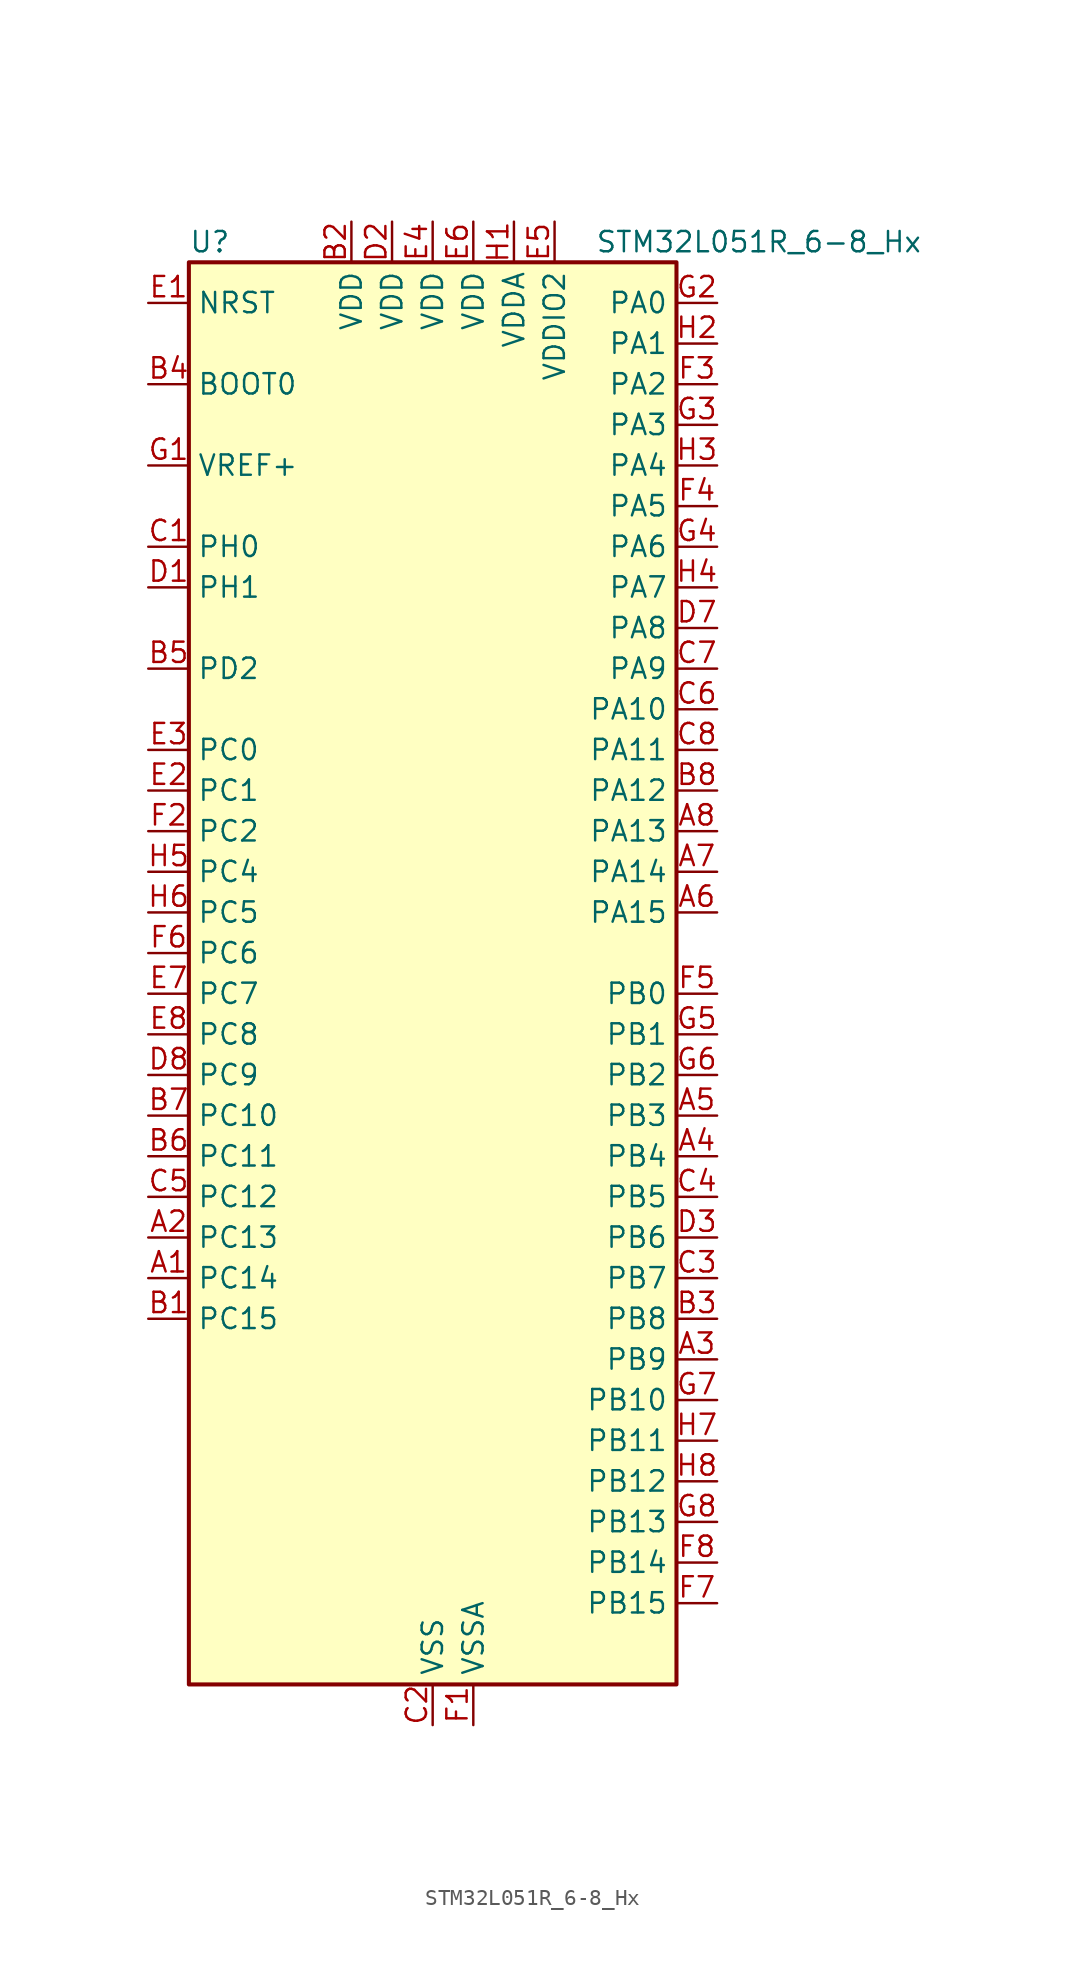
<source format=kicad_sym>
(kicad_symbol_lib
  (version 20231120)
  (generator "kicad_symbol_editor")
  (generator_version "8.0")
  (symbol "STM32L051R_6-8_Hx"
    (property "Reference" "U"
      (at -15.24 46.99 0)
      (effects (font (size 1.27 1.27)) (justify left)))
    (property "Value" "STM32L051R_6-8_Hx"
      (at 10.16 46.99 0)
      (effects (font (size 1.27 1.27)) (justify left)))
    (property "ki_locked" ""
      (at 0 0 0)
      (effects (font (size 1.27 1.27))))
    (symbol "STM32L051R_6-8_Hx_0_1"
      (rectangle (start -15.24 -43.18) (end 15.24 45.72) (stroke (width 0.254) (type default)) (fill (type background))))
    (symbol "STM32L051R_6-8_Hx_1_1"
      (pin bidirectional line (at -17.78 -17.78 0) (length 2.54) (name "PC14" (effects (font (size 1.27 1.27)))) (number "A1" (effects (font (size 1.27 1.27)))) (alternate "RCC_OSC32_IN" bidirectional line))
      (pin bidirectional line (at -17.78 -15.24 0) (length 2.54) (name "PC13" (effects (font (size 1.27 1.27)))) (number "A2" (effects (font (size 1.27 1.27)))) (alternate "RTC_OUT_ALARM" bidirectional line) (alternate "RTC_OUT_CALIB" bidirectional line) (alternate "RTC_TAMP1" bidirectional line) (alternate "RTC_TS" bidirectional line) (alternate "SYS_WKUP2" bidirectional line))
      (pin bidirectional line (at 17.78 -22.86 180) (length 2.54) (name "PB9" (effects (font (size 1.27 1.27)))) (number "A3" (effects (font (size 1.27 1.27)))) (alternate "I2C1_SDA" bidirectional line) (alternate "I2S2_WS" bidirectional line) (alternate "SPI2_NSS" bidirectional line))
      (pin bidirectional line (at 17.78 -10.16 180) (length 2.54) (name "PB4" (effects (font (size 1.27 1.27)))) (number "A4" (effects (font (size 1.27 1.27)))) (alternate "COMP2_INP" bidirectional line) (alternate "SPI1_MISO" bidirectional line) (alternate "TIM22_CH1" bidirectional line))
      (pin bidirectional line (at 17.78 -7.62 180) (length 2.54) (name "PB3" (effects (font (size 1.27 1.27)))) (number "A5" (effects (font (size 1.27 1.27)))) (alternate "COMP2_INM" bidirectional line) (alternate "SPI1_SCK" bidirectional line) (alternate "TIM2_CH2" bidirectional line))
      (pin bidirectional line (at 17.78 5.08 180) (length 2.54) (name "PA15" (effects (font (size 1.27 1.27)))) (number "A6" (effects (font (size 1.27 1.27)))) (alternate "SPI1_NSS" bidirectional line) (alternate "TIM2_CH1" bidirectional line) (alternate "TIM2_ETR" bidirectional line) (alternate "USART2_RX" bidirectional line))
      (pin bidirectional line (at 17.78 7.62 180) (length 2.54) (name "PA14" (effects (font (size 1.27 1.27)))) (number "A7" (effects (font (size 1.27 1.27)))) (alternate "SYS_SWCLK" bidirectional line) (alternate "USART2_TX" bidirectional line))
      (pin bidirectional line (at 17.78 10.16 180) (length 2.54) (name "PA13" (effects (font (size 1.27 1.27)))) (number "A8" (effects (font (size 1.27 1.27)))) (alternate "SYS_SWDIO" bidirectional line))
      (pin bidirectional line (at -17.78 -20.32 0) (length 2.54) (name "PC15" (effects (font (size 1.27 1.27)))) (number "B1" (effects (font (size 1.27 1.27)))) (alternate "RCC_OSC32_OUT" bidirectional line))
      (pin power_in line (at -5.08 48.26 270) (length 2.54) (name "VDD" (effects (font (size 1.27 1.27)))) (number "B2" (effects (font (size 1.27 1.27)))))
      (pin bidirectional line (at 17.78 -20.32 180) (length 2.54) (name "PB8" (effects (font (size 1.27 1.27)))) (number "B3" (effects (font (size 1.27 1.27)))) (alternate "I2C1_SCL" bidirectional line))
      (pin input line (at -17.78 38.1 0) (length 2.54) (name "BOOT0" (effects (font (size 1.27 1.27)))) (number "B4" (effects (font (size 1.27 1.27)))))
      (pin bidirectional line (at -17.78 20.32 0) (length 2.54) (name "PD2" (effects (font (size 1.27 1.27)))) (number "B5" (effects (font (size 1.27 1.27)))) (alternate "LPUART1_DE" bidirectional line) (alternate "LPUART1_RTS" bidirectional line))
      (pin bidirectional line (at -17.78 -10.16 0) (length 2.54) (name "PC11" (effects (font (size 1.27 1.27)))) (number "B6" (effects (font (size 1.27 1.27)))) (alternate "ADC_EXTI11" bidirectional line) (alternate "LPUART1_RX" bidirectional line))
      (pin bidirectional line (at -17.78 -7.62 0) (length 2.54) (name "PC10" (effects (font (size 1.27 1.27)))) (number "B7" (effects (font (size 1.27 1.27)))) (alternate "LPUART1_TX" bidirectional line))
      (pin bidirectional line (at 17.78 12.7 180) (length 2.54) (name "PA12" (effects (font (size 1.27 1.27)))) (number "B8" (effects (font (size 1.27 1.27)))) (alternate "COMP2_OUT" bidirectional line) (alternate "SPI1_MOSI" bidirectional line) (alternate "USART1_DE" bidirectional line) (alternate "USART1_RTS" bidirectional line))
      (pin bidirectional line (at -17.78 27.94 0) (length 2.54) (name "PH0" (effects (font (size 1.27 1.27)))) (number "C1" (effects (font (size 1.27 1.27)))) (alternate "RCC_OSC_IN" bidirectional line))
      (pin power_in line (at 0 -45.72 90) (length 2.54) (name "VSS" (effects (font (size 1.27 1.27)))) (number "C2" (effects (font (size 1.27 1.27)))))
      (pin bidirectional line (at 17.78 -17.78 180) (length 2.54) (name "PB7" (effects (font (size 1.27 1.27)))) (number "C3" (effects (font (size 1.27 1.27)))) (alternate "COMP2_INP" bidirectional line) (alternate "I2C1_SDA" bidirectional line) (alternate "LPTIM1_IN2" bidirectional line) (alternate "SYS_PVD_IN" bidirectional line) (alternate "USART1_RX" bidirectional line))
      (pin bidirectional line (at 17.78 -12.7 180) (length 2.54) (name "PB5" (effects (font (size 1.27 1.27)))) (number "C4" (effects (font (size 1.27 1.27)))) (alternate "COMP2_INP" bidirectional line) (alternate "I2C1_SMBA" bidirectional line) (alternate "LPTIM1_IN1" bidirectional line) (alternate "SPI1_MOSI" bidirectional line) (alternate "TIM22_CH2" bidirectional line))
      (pin bidirectional line (at -17.78 -12.7 0) (length 2.54) (name "PC12" (effects (font (size 1.27 1.27)))) (number "C5" (effects (font (size 1.27 1.27)))))
      (pin bidirectional line (at 17.78 17.78 180) (length 2.54) (name "PA10" (effects (font (size 1.27 1.27)))) (number "C6" (effects (font (size 1.27 1.27)))) (alternate "USART1_RX" bidirectional line))
      (pin bidirectional line (at 17.78 20.32 180) (length 2.54) (name "PA9" (effects (font (size 1.27 1.27)))) (number "C7" (effects (font (size 1.27 1.27)))) (alternate "RCC_MCO" bidirectional line) (alternate "USART1_TX" bidirectional line))
      (pin bidirectional line (at 17.78 15.24 180) (length 2.54) (name "PA11" (effects (font (size 1.27 1.27)))) (number "C8" (effects (font (size 1.27 1.27)))) (alternate "ADC_EXTI11" bidirectional line) (alternate "COMP1_OUT" bidirectional line) (alternate "SPI1_MISO" bidirectional line) (alternate "USART1_CTS" bidirectional line))
      (pin bidirectional line (at -17.78 25.4 0) (length 2.54) (name "PH1" (effects (font (size 1.27 1.27)))) (number "D1" (effects (font (size 1.27 1.27)))) (alternate "RCC_OSC_OUT" bidirectional line))
      (pin power_in line (at -2.54 48.26 270) (length 2.54) (name "VDD" (effects (font (size 1.27 1.27)))) (number "D2" (effects (font (size 1.27 1.27)))))
      (pin bidirectional line (at 17.78 -15.24 180) (length 2.54) (name "PB6" (effects (font (size 1.27 1.27)))) (number "D3" (effects (font (size 1.27 1.27)))) (alternate "COMP2_INP" bidirectional line) (alternate "I2C1_SCL" bidirectional line) (alternate "LPTIM1_ETR" bidirectional line) (alternate "USART1_TX" bidirectional line))
      (pin passive line (at 0 -45.72 90) (length 2.54) hide (name "VSS" (effects (font (size 1.27 1.27)))) (number "D4" (effects (font (size 1.27 1.27)))))
      (pin passive line (at 0 -45.72 90) (length 2.54) hide (name "VSS" (effects (font (size 1.27 1.27)))) (number "D5" (effects (font (size 1.27 1.27)))))
      (pin passive line (at 0 -45.72 90) (length 2.54) hide (name "VSS" (effects (font (size 1.27 1.27)))) (number "D6" (effects (font (size 1.27 1.27)))))
      (pin bidirectional line (at 17.78 22.86 180) (length 2.54) (name "PA8" (effects (font (size 1.27 1.27)))) (number "D7" (effects (font (size 1.27 1.27)))) (alternate "RCC_MCO" bidirectional line) (alternate "USART1_CK" bidirectional line))
      (pin bidirectional line (at -17.78 -5.08 0) (length 2.54) (name "PC9" (effects (font (size 1.27 1.27)))) (number "D8" (effects (font (size 1.27 1.27)))) (alternate "TIM21_ETR" bidirectional line))
      (pin input line (at -17.78 43.18 0) (length 2.54) (name "NRST" (effects (font (size 1.27 1.27)))) (number "E1" (effects (font (size 1.27 1.27)))))
      (pin bidirectional line (at -17.78 12.7 0) (length 2.54) (name "PC1" (effects (font (size 1.27 1.27)))) (number "E2" (effects (font (size 1.27 1.27)))) (alternate "ADC_IN11" bidirectional line) (alternate "LPTIM1_OUT" bidirectional line))
      (pin bidirectional line (at -17.78 15.24 0) (length 2.54) (name "PC0" (effects (font (size 1.27 1.27)))) (number "E3" (effects (font (size 1.27 1.27)))) (alternate "ADC_IN10" bidirectional line) (alternate "LPTIM1_IN1" bidirectional line))
      (pin power_in line (at 0 48.26 270) (length 2.54) (name "VDD" (effects (font (size 1.27 1.27)))) (number "E4" (effects (font (size 1.27 1.27)))))
      (pin power_in line (at 7.62 48.26 270) (length 2.54) (name "VDDIO2" (effects (font (size 1.27 1.27)))) (number "E5" (effects (font (size 1.27 1.27)))))
      (pin power_in line (at 2.54 48.26 270) (length 2.54) (name "VDD" (effects (font (size 1.27 1.27)))) (number "E6" (effects (font (size 1.27 1.27)))))
      (pin bidirectional line (at -17.78 0 0) (length 2.54) (name "PC7" (effects (font (size 1.27 1.27)))) (number "E7" (effects (font (size 1.27 1.27)))) (alternate "TIM22_CH2" bidirectional line))
      (pin bidirectional line (at -17.78 -2.54 0) (length 2.54) (name "PC8" (effects (font (size 1.27 1.27)))) (number "E8" (effects (font (size 1.27 1.27)))) (alternate "TIM22_ETR" bidirectional line))
      (pin power_in line (at 2.54 -45.72 90) (length 2.54) (name "VSSA" (effects (font (size 1.27 1.27)))) (number "F1" (effects (font (size 1.27 1.27)))))
      (pin bidirectional line (at -17.78 10.16 0) (length 2.54) (name "PC2" (effects (font (size 1.27 1.27)))) (number "F2" (effects (font (size 1.27 1.27)))) (alternate "ADC_IN12" bidirectional line) (alternate "I2S2_MCK" bidirectional line) (alternate "LPTIM1_IN2" bidirectional line) (alternate "SPI2_MISO" bidirectional line))
      (pin bidirectional line (at 17.78 38.1 180) (length 2.54) (name "PA2" (effects (font (size 1.27 1.27)))) (number "F3" (effects (font (size 1.27 1.27)))) (alternate "ADC_IN2" bidirectional line) (alternate "COMP2_INM" bidirectional line) (alternate "COMP2_OUT" bidirectional line) (alternate "TIM21_CH1" bidirectional line) (alternate "TIM2_CH3" bidirectional line) (alternate "USART2_TX" bidirectional line))
      (pin bidirectional line (at 17.78 30.48 180) (length 2.54) (name "PA5" (effects (font (size 1.27 1.27)))) (number "F4" (effects (font (size 1.27 1.27)))) (alternate "ADC_IN5" bidirectional line) (alternate "COMP1_INM" bidirectional line) (alternate "COMP2_INM" bidirectional line) (alternate "SPI1_SCK" bidirectional line) (alternate "TIM2_CH1" bidirectional line) (alternate "TIM2_ETR" bidirectional line))
      (pin bidirectional line (at 17.78 0 180) (length 2.54) (name "PB0" (effects (font (size 1.27 1.27)))) (number "F5" (effects (font (size 1.27 1.27)))) (alternate "ADC_IN8" bidirectional line) (alternate "SYS_VREF_OUT_PB0" bidirectional line))
      (pin bidirectional line (at -17.78 2.54 0) (length 2.54) (name "PC6" (effects (font (size 1.27 1.27)))) (number "F6" (effects (font (size 1.27 1.27)))) (alternate "TIM22_CH1" bidirectional line))
      (pin bidirectional line (at 17.78 -38.1 180) (length 2.54) (name "PB15" (effects (font (size 1.27 1.27)))) (number "F7" (effects (font (size 1.27 1.27)))) (alternate "I2S2_SD" bidirectional line) (alternate "RTC_REFIN" bidirectional line) (alternate "SPI2_MOSI" bidirectional line))
      (pin bidirectional line (at 17.78 -35.56 180) (length 2.54) (name "PB14" (effects (font (size 1.27 1.27)))) (number "F8" (effects (font (size 1.27 1.27)))) (alternate "I2C2_SDA" bidirectional line) (alternate "I2S2_MCK" bidirectional line) (alternate "LPUART1_DE" bidirectional line) (alternate "LPUART1_RTS" bidirectional line) (alternate "RTC_OUT_ALARM" bidirectional line) (alternate "RTC_OUT_CALIB" bidirectional line) (alternate "SPI2_MISO" bidirectional line) (alternate "TIM21_CH2" bidirectional line))
      (pin input line (at -17.78 33.02 0) (length 2.54) (name "VREF+" (effects (font (size 1.27 1.27)))) (number "G1" (effects (font (size 1.27 1.27)))))
      (pin bidirectional line (at 17.78 43.18 180) (length 2.54) (name "PA0" (effects (font (size 1.27 1.27)))) (number "G2" (effects (font (size 1.27 1.27)))) (alternate "ADC_IN0" bidirectional line) (alternate "COMP1_INM" bidirectional line) (alternate "COMP1_OUT" bidirectional line) (alternate "RTC_TAMP2" bidirectional line) (alternate "SYS_WKUP1" bidirectional line) (alternate "TIM2_CH1" bidirectional line) (alternate "TIM2_ETR" bidirectional line) (alternate "USART2_CTS" bidirectional line))
      (pin bidirectional line (at 17.78 35.56 180) (length 2.54) (name "PA3" (effects (font (size 1.27 1.27)))) (number "G3" (effects (font (size 1.27 1.27)))) (alternate "ADC_IN3" bidirectional line) (alternate "COMP2_INP" bidirectional line) (alternate "TIM21_CH2" bidirectional line) (alternate "TIM2_CH4" bidirectional line) (alternate "USART2_RX" bidirectional line))
      (pin bidirectional line (at 17.78 27.94 180) (length 2.54) (name "PA6" (effects (font (size 1.27 1.27)))) (number "G4" (effects (font (size 1.27 1.27)))) (alternate "ADC_IN6" bidirectional line) (alternate "COMP1_OUT" bidirectional line) (alternate "LPUART1_CTS" bidirectional line) (alternate "SPI1_MISO" bidirectional line) (alternate "TIM22_CH1" bidirectional line))
      (pin bidirectional line (at 17.78 -2.54 180) (length 2.54) (name "PB1" (effects (font (size 1.27 1.27)))) (number "G5" (effects (font (size 1.27 1.27)))) (alternate "ADC_IN9" bidirectional line) (alternate "LPUART1_DE" bidirectional line) (alternate "LPUART1_RTS" bidirectional line) (alternate "SYS_VREF_OUT_PB1" bidirectional line))
      (pin bidirectional line (at 17.78 -5.08 180) (length 2.54) (name "PB2" (effects (font (size 1.27 1.27)))) (number "G6" (effects (font (size 1.27 1.27)))) (alternate "LPTIM1_OUT" bidirectional line))
      (pin bidirectional line (at 17.78 -25.4 180) (length 2.54) (name "PB10" (effects (font (size 1.27 1.27)))) (number "G7" (effects (font (size 1.27 1.27)))) (alternate "I2C2_SCL" bidirectional line) (alternate "LPUART1_TX" bidirectional line) (alternate "SPI2_SCK" bidirectional line) (alternate "TIM2_CH3" bidirectional line))
      (pin bidirectional line (at 17.78 -33.02 180) (length 2.54) (name "PB13" (effects (font (size 1.27 1.27)))) (number "G8" (effects (font (size 1.27 1.27)))) (alternate "I2C2_SCL" bidirectional line) (alternate "I2S2_CK" bidirectional line) (alternate "LPUART1_CTS" bidirectional line) (alternate "SPI2_SCK" bidirectional line) (alternate "TIM21_CH1" bidirectional line))
      (pin power_in line (at 5.08 48.26 270) (length 2.54) (name "VDDA" (effects (font (size 1.27 1.27)))) (number "H1" (effects (font (size 1.27 1.27)))))
      (pin bidirectional line (at 17.78 40.64 180) (length 2.54) (name "PA1" (effects (font (size 1.27 1.27)))) (number "H2" (effects (font (size 1.27 1.27)))) (alternate "ADC_IN1" bidirectional line) (alternate "COMP1_INP" bidirectional line) (alternate "TIM21_ETR" bidirectional line) (alternate "TIM2_CH2" bidirectional line) (alternate "USART2_DE" bidirectional line) (alternate "USART2_RTS" bidirectional line))
      (pin bidirectional line (at 17.78 33.02 180) (length 2.54) (name "PA4" (effects (font (size 1.27 1.27)))) (number "H3" (effects (font (size 1.27 1.27)))) (alternate "ADC_IN4" bidirectional line) (alternate "COMP1_INM" bidirectional line) (alternate "COMP2_INM" bidirectional line) (alternate "SPI1_NSS" bidirectional line) (alternate "TIM22_ETR" bidirectional line) (alternate "USART2_CK" bidirectional line))
      (pin bidirectional line (at 17.78 25.4 180) (length 2.54) (name "PA7" (effects (font (size 1.27 1.27)))) (number "H4" (effects (font (size 1.27 1.27)))) (alternate "ADC_IN7" bidirectional line) (alternate "COMP2_OUT" bidirectional line) (alternate "SPI1_MOSI" bidirectional line) (alternate "TIM22_CH2" bidirectional line))
      (pin bidirectional line (at -17.78 7.62 0) (length 2.54) (name "PC4" (effects (font (size 1.27 1.27)))) (number "H5" (effects (font (size 1.27 1.27)))) (alternate "ADC_IN14" bidirectional line) (alternate "LPUART1_TX" bidirectional line))
      (pin bidirectional line (at -17.78 5.08 0) (length 2.54) (name "PC5" (effects (font (size 1.27 1.27)))) (number "H6" (effects (font (size 1.27 1.27)))) (alternate "ADC_IN15" bidirectional line) (alternate "LPUART1_RX" bidirectional line))
      (pin bidirectional line (at 17.78 -27.94 180) (length 2.54) (name "PB11" (effects (font (size 1.27 1.27)))) (number "H7" (effects (font (size 1.27 1.27)))) (alternate "ADC_EXTI11" bidirectional line) (alternate "I2C2_SDA" bidirectional line) (alternate "LPUART1_RX" bidirectional line) (alternate "TIM2_CH4" bidirectional line))
      (pin bidirectional line (at 17.78 -30.48 180) (length 2.54) (name "PB12" (effects (font (size 1.27 1.27)))) (number "H8" (effects (font (size 1.27 1.27)))) (alternate "I2S2_WS" bidirectional line) (alternate "LPUART1_DE" bidirectional line) (alternate "LPUART1_RTS" bidirectional line) (alternate "SPI2_NSS" bidirectional line)))))
</source>
